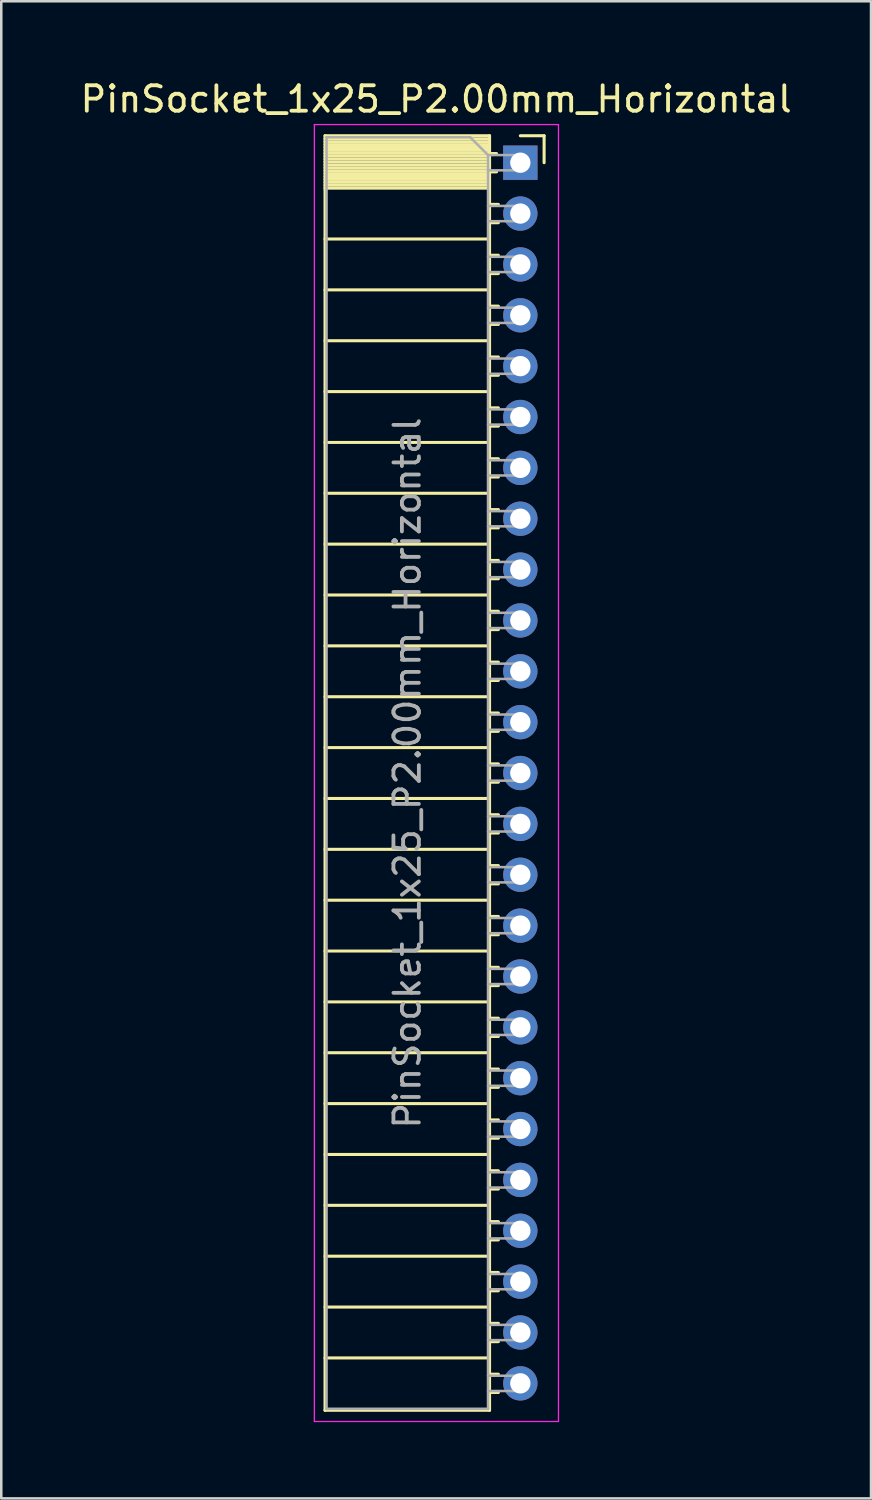
<source format=kicad_pcb>
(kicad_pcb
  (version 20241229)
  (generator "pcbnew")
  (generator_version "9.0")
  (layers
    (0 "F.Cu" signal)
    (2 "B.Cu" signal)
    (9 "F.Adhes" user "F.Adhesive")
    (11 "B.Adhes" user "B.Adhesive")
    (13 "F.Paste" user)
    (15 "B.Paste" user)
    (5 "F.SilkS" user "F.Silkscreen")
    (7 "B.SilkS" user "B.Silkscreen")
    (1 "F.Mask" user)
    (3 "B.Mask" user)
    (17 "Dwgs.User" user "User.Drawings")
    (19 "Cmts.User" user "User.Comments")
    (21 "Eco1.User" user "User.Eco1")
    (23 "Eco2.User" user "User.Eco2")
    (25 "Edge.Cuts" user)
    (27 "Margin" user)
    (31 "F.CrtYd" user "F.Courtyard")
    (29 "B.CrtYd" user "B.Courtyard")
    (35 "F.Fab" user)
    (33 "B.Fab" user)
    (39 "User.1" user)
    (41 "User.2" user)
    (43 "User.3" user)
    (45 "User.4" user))
  (footprint "PinSocket_1x25_P2.00mm_Horizontal"
    (layer "F.Cu")
    (at 17.411 3.348)
    (property "Reference" "PinSocket_1x25_P2.00mm_Horizontal" (at -3.31 -2.5 0) (layer "F.SilkS") (effects (font (size 1 1) (thickness 0.15))))
    (attr through_hole)
    (fp_line (start -7.68 -1.06) (end -7.68 49.06) (stroke (width 0.12) (type solid)) (layer "F.SilkS"))
    (fp_line (start -7.68 -1.06) (end -1.21 -1.06) (stroke (width 0.12) (type solid)) (layer "F.SilkS"))
    (fp_line (start -7.68 -0.94) (end -1.21 -0.94) (stroke (width 0.12) (type solid)) (layer "F.SilkS"))
    (fp_line (start -7.68 -0.826) (end -1.21 -0.826) (stroke (width 0.12) (type solid)) (layer "F.SilkS"))
    (fp_line (start -7.68 -0.712) (end -1.21 -0.712) (stroke (width 0.12) (type solid)) (layer "F.SilkS"))
    (fp_line (start -7.68 -0.598) (end -1.21 -0.598) (stroke (width 0.12) (type solid)) (layer "F.SilkS"))
    (fp_line (start -7.68 -0.484) (end -1.21 -0.484) (stroke (width 0.12) (type solid)) (layer "F.SilkS"))
    (fp_line (start -7.68 -0.369) (end -1.21 -0.369) (stroke (width 0.12) (type solid)) (layer "F.SilkS"))
    (fp_line (start -7.68 -0.255) (end -1.21 -0.255) (stroke (width 0.12) (type solid)) (layer "F.SilkS"))
    (fp_line (start -7.68 -0.141) (end -1.21 -0.141) (stroke (width 0.12) (type solid)) (layer "F.SilkS"))
    (fp_line (start -7.68 -0.027) (end -1.21 -0.027) (stroke (width 0.12) (type solid)) (layer "F.SilkS"))
    (fp_line (start -7.68 0.087) (end -1.21 0.087) (stroke (width 0.12) (type solid)) (layer "F.SilkS"))
    (fp_line (start -7.68 0.201) (end -1.21 0.201) (stroke (width 0.12) (type solid)) (layer "F.SilkS"))
    (fp_line (start -7.68 0.315) (end -1.21 0.315) (stroke (width 0.12) (type solid)) (layer "F.SilkS"))
    (fp_line (start -7.68 0.429) (end -1.21 0.429) (stroke (width 0.12) (type solid)) (layer "F.SilkS"))
    (fp_line (start -7.68 0.544) (end -1.21 0.544) (stroke (width 0.12) (type solid)) (layer "F.SilkS"))
    (fp_line (start -7.68 0.658) (end -1.21 0.658) (stroke (width 0.12) (type solid)) (layer "F.SilkS"))
    (fp_line (start -7.68 0.772) (end -1.21 0.772) (stroke (width 0.12) (type solid)) (layer "F.SilkS"))
    (fp_line (start -7.68 0.886) (end -1.21 0.886) (stroke (width 0.12) (type solid)) (layer "F.SilkS"))
    (fp_line (start -7.68 1) (end -1.21 1) (stroke (width 0.12) (type solid)) (layer "F.SilkS"))
    (fp_line (start -7.68 3) (end -1.21 3) (stroke (width 0.12) (type solid)) (layer "F.SilkS"))
    (fp_line (start -7.68 5) (end -1.21 5) (stroke (width 0.12) (type solid)) (layer "F.SilkS"))
    (fp_line (start -7.68 7) (end -1.21 7) (stroke (width 0.12) (type solid)) (layer "F.SilkS"))
    (fp_line (start -7.68 9) (end -1.21 9) (stroke (width 0.12) (type solid)) (layer "F.SilkS"))
    (fp_line (start -7.68 11) (end -1.21 11) (stroke (width 0.12) (type solid)) (layer "F.SilkS"))
    (fp_line (start -7.68 13) (end -1.21 13) (stroke (width 0.12) (type solid)) (layer "F.SilkS"))
    (fp_line (start -7.68 15) (end -1.21 15) (stroke (width 0.12) (type solid)) (layer "F.SilkS"))
    (fp_line (start -7.68 17) (end -1.21 17) (stroke (width 0.12) (type solid)) (layer "F.SilkS"))
    (fp_line (start -7.68 19) (end -1.21 19) (stroke (width 0.12) (type solid)) (layer "F.SilkS"))
    (fp_line (start -7.68 21) (end -1.21 21) (stroke (width 0.12) (type solid)) (layer "F.SilkS"))
    (fp_line (start -7.68 23) (end -1.21 23) (stroke (width 0.12) (type solid)) (layer "F.SilkS"))
    (fp_line (start -7.68 25) (end -1.21 25) (stroke (width 0.12) (type solid)) (layer "F.SilkS"))
    (fp_line (start -7.68 27) (end -1.21 27) (stroke (width 0.12) (type solid)) (layer "F.SilkS"))
    (fp_line (start -7.68 29) (end -1.21 29) (stroke (width 0.12) (type solid)) (layer "F.SilkS"))
    (fp_line (start -7.68 31) (end -1.21 31) (stroke (width 0.12) (type solid)) (layer "F.SilkS"))
    (fp_line (start -7.68 33) (end -1.21 33) (stroke (width 0.12) (type solid)) (layer "F.SilkS"))
    (fp_line (start -7.68 35) (end -1.21 35) (stroke (width 0.12) (type solid)) (layer "F.SilkS"))
    (fp_line (start -7.68 37) (end -1.21 37) (stroke (width 0.12) (type solid)) (layer "F.SilkS"))
    (fp_line (start -7.68 39) (end -1.21 39) (stroke (width 0.12) (type solid)) (layer "F.SilkS"))
    (fp_line (start -7.68 41) (end -1.21 41) (stroke (width 0.12) (type solid)) (layer "F.SilkS"))
    (fp_line (start -7.68 43) (end -1.21 43) (stroke (width 0.12) (type solid)) (layer "F.SilkS"))
    (fp_line (start -7.68 45) (end -1.21 45) (stroke (width 0.12) (type solid)) (layer "F.SilkS"))
    (fp_line (start -7.68 47) (end -1.21 47) (stroke (width 0.12) (type solid)) (layer "F.SilkS"))
    (fp_line (start -7.68 49.06) (end -1.21 49.06) (stroke (width 0.12) (type solid)) (layer "F.SilkS"))
    (fp_line (start -1.21 -1.06) (end -1.21 49.06) (stroke (width 0.12) (type solid)) (layer "F.SilkS"))
    (fp_line (start -1.21 -0.36) (end -0.935 -0.36) (stroke (width 0.12) (type solid)) (layer "F.SilkS"))
    (fp_line (start -1.21 0.36) (end -0.935 0.36) (stroke (width 0.12) (type solid)) (layer "F.SilkS"))
    (fp_line (start -1.21 1.64) (end -0.863 1.64) (stroke (width 0.12) (type solid)) (layer "F.SilkS"))
    (fp_line (start -1.21 2.36) (end -0.863 2.36) (stroke (width 0.12) (type solid)) (layer "F.SilkS"))
    (fp_line (start -1.21 3.64) (end -0.863 3.64) (stroke (width 0.12) (type solid)) (layer "F.SilkS"))
    (fp_line (start -1.21 4.36) (end -0.863 4.36) (stroke (width 0.12) (type solid)) (layer "F.SilkS"))
    (fp_line (start -1.21 5.64) (end -0.863 5.64) (stroke (width 0.12) (type solid)) (layer "F.SilkS"))
    (fp_line (start -1.21 6.36) (end -0.863 6.36) (stroke (width 0.12) (type solid)) (layer "F.SilkS"))
    (fp_line (start -1.21 7.64) (end -0.863 7.64) (stroke (width 0.12) (type solid)) (layer "F.SilkS"))
    (fp_line (start -1.21 8.36) (end -0.863 8.36) (stroke (width 0.12) (type solid)) (layer "F.SilkS"))
    (fp_line (start -1.21 9.64) (end -0.863 9.64) (stroke (width 0.12) (type solid)) (layer "F.SilkS"))
    (fp_line (start -1.21 10.36) (end -0.863 10.36) (stroke (width 0.12) (type solid)) (layer "F.SilkS"))
    (fp_line (start -1.21 11.64) (end -0.863 11.64) (stroke (width 0.12) (type solid)) (layer "F.SilkS"))
    (fp_line (start -1.21 12.36) (end -0.863 12.36) (stroke (width 0.12) (type solid)) (layer "F.SilkS"))
    (fp_line (start -1.21 13.64) (end -0.863 13.64) (stroke (width 0.12) (type solid)) (layer "F.SilkS"))
    (fp_line (start -1.21 14.36) (end -0.863 14.36) (stroke (width 0.12) (type solid)) (layer "F.SilkS"))
    (fp_line (start -1.21 15.64) (end -0.863 15.64) (stroke (width 0.12) (type solid)) (layer "F.SilkS"))
    (fp_line (start -1.21 16.36) (end -0.863 16.36) (stroke (width 0.12) (type solid)) (layer "F.SilkS"))
    (fp_line (start -1.21 17.64) (end -0.863 17.64) (stroke (width 0.12) (type solid)) (layer "F.SilkS"))
    (fp_line (start -1.21 18.36) (end -0.863 18.36) (stroke (width 0.12) (type solid)) (layer "F.SilkS"))
    (fp_line (start -1.21 19.64) (end -0.863 19.64) (stroke (width 0.12) (type solid)) (layer "F.SilkS"))
    (fp_line (start -1.21 20.36) (end -0.863 20.36) (stroke (width 0.12) (type solid)) (layer "F.SilkS"))
    (fp_line (start -1.21 21.64) (end -0.863 21.64) (stroke (width 0.12) (type solid)) (layer "F.SilkS"))
    (fp_line (start -1.21 22.36) (end -0.863 22.36) (stroke (width 0.12) (type solid)) (layer "F.SilkS"))
    (fp_line (start -1.21 23.64) (end -0.863 23.64) (stroke (width 0.12) (type solid)) (layer "F.SilkS"))
    (fp_line (start -1.21 24.36) (end -0.863 24.36) (stroke (width 0.12) (type solid)) (layer "F.SilkS"))
    (fp_line (start -1.21 25.64) (end -0.863 25.64) (stroke (width 0.12) (type solid)) (layer "F.SilkS"))
    (fp_line (start -1.21 26.36) (end -0.863 26.36) (stroke (width 0.12) (type solid)) (layer "F.SilkS"))
    (fp_line (start -1.21 27.64) (end -0.863 27.64) (stroke (width 0.12) (type solid)) (layer "F.SilkS"))
    (fp_line (start -1.21 28.36) (end -0.863 28.36) (stroke (width 0.12) (type solid)) (layer "F.SilkS"))
    (fp_line (start -1.21 29.64) (end -0.863 29.64) (stroke (width 0.12) (type solid)) (layer "F.SilkS"))
    (fp_line (start -1.21 30.36) (end -0.863 30.36) (stroke (width 0.12) (type solid)) (layer "F.SilkS"))
    (fp_line (start -1.21 31.64) (end -0.863 31.64) (stroke (width 0.12) (type solid)) (layer "F.SilkS"))
    (fp_line (start -1.21 32.36) (end -0.863 32.36) (stroke (width 0.12) (type solid)) (layer "F.SilkS"))
    (fp_line (start -1.21 33.64) (end -0.863 33.64) (stroke (width 0.12) (type solid)) (layer "F.SilkS"))
    (fp_line (start -1.21 34.36) (end -0.863 34.36) (stroke (width 0.12) (type solid)) (layer "F.SilkS"))
    (fp_line (start -1.21 35.64) (end -0.863 35.64) (stroke (width 0.12) (type solid)) (layer "F.SilkS"))
    (fp_line (start -1.21 36.36) (end -0.863 36.36) (stroke (width 0.12) (type solid)) (layer "F.SilkS"))
    (fp_line (start -1.21 37.64) (end -0.863 37.64) (stroke (width 0.12) (type solid)) (layer "F.SilkS"))
    (fp_line (start -1.21 38.36) (end -0.863 38.36) (stroke (width 0.12) (type solid)) (layer "F.SilkS"))
    (fp_line (start -1.21 39.64) (end -0.863 39.64) (stroke (width 0.12) (type solid)) (layer "F.SilkS"))
    (fp_line (start -1.21 40.36) (end -0.863 40.36) (stroke (width 0.12) (type solid)) (layer "F.SilkS"))
    (fp_line (start -1.21 41.64) (end -0.863 41.64) (stroke (width 0.12) (type solid)) (layer "F.SilkS"))
    (fp_line (start -1.21 42.36) (end -0.863 42.36) (stroke (width 0.12) (type solid)) (layer "F.SilkS"))
    (fp_line (start -1.21 43.64) (end -0.863 43.64) (stroke (width 0.12) (type solid)) (layer "F.SilkS"))
    (fp_line (start -1.21 44.36) (end -0.863 44.36) (stroke (width 0.12) (type solid)) (layer "F.SilkS"))
    (fp_line (start -1.21 45.64) (end -0.863 45.64) (stroke (width 0.12) (type solid)) (layer "F.SilkS"))
    (fp_line (start -1.21 46.36) (end -0.863 46.36) (stroke (width 0.12) (type solid)) (layer "F.SilkS"))
    (fp_line (start -1.21 47.64) (end -0.863 47.64) (stroke (width 0.12) (type solid)) (layer "F.SilkS"))
    (fp_line (start -1.21 48.36) (end -0.863 48.36) (stroke (width 0.12) (type solid)) (layer "F.SilkS"))
    (fp_line (start 0 -1.06) (end 0.935 -1.06) (stroke (width 0.12) (type solid)) (layer "F.SilkS"))
    (fp_line (start 0.935 -1.06) (end 0.935 0) (stroke (width 0.12) (type solid)) (layer "F.SilkS"))
    (fp_line (start -8.1 -1.5) (end -8.1 49.5) (stroke (width 0.05) (type solid)) (layer "F.CrtYd"))
    (fp_line (start -8.1 49.5) (end 1.5 49.5) (stroke (width 0.05) (type solid)) (layer "F.CrtYd"))
    (fp_line (start 1.5 -1.5) (end -8.1 -1.5) (stroke (width 0.05) (type solid)) (layer "F.CrtYd"))
    (fp_line (start 1.5 49.5) (end 1.5 -1.5) (stroke (width 0.05) (type solid)) (layer "F.CrtYd"))
    (fp_line (start -7.62 -1) (end -1.97 -1) (stroke (width 0.1) (type solid)) (layer "F.Fab"))
    (fp_line (start -7.62 49) (end -7.62 -1) (stroke (width 0.1) (type solid)) (layer "F.Fab"))
    (fp_line (start -1.97 -1) (end -1.27 -0.3) (stroke (width 0.1) (type solid)) (layer "F.Fab"))
    (fp_line (start -1.27 -0.3) (end -1.27 49) (stroke (width 0.1) (type solid)) (layer "F.Fab"))
    (fp_line (start -1.27 0.3) (end 0 0.3) (stroke (width 0.1) (type solid)) (layer "F.Fab"))
    (fp_line (start -1.27 2.3) (end 0 2.3) (stroke (width 0.1) (type solid)) (layer "F.Fab"))
    (fp_line (start -1.27 4.3) (end 0 4.3) (stroke (width 0.1) (type solid)) (layer "F.Fab"))
    (fp_line (start -1.27 6.3) (end 0 6.3) (stroke (width 0.1) (type solid)) (layer "F.Fab"))
    (fp_line (start -1.27 8.3) (end 0 8.3) (stroke (width 0.1) (type solid)) (layer "F.Fab"))
    (fp_line (start -1.27 10.3) (end 0 10.3) (stroke (width 0.1) (type solid)) (layer "F.Fab"))
    (fp_line (start -1.27 12.3) (end 0 12.3) (stroke (width 0.1) (type solid)) (layer "F.Fab"))
    (fp_line (start -1.27 14.3) (end 0 14.3) (stroke (width 0.1) (type solid)) (layer "F.Fab"))
    (fp_line (start -1.27 16.3) (end 0 16.3) (stroke (width 0.1) (type solid)) (layer "F.Fab"))
    (fp_line (start -1.27 18.3) (end 0 18.3) (stroke (width 0.1) (type solid)) (layer "F.Fab"))
    (fp_line (start -1.27 20.3) (end 0 20.3) (stroke (width 0.1) (type solid)) (layer "F.Fab"))
    (fp_line (start -1.27 22.3) (end 0 22.3) (stroke (width 0.1) (type solid)) (layer "F.Fab"))
    (fp_line (start -1.27 24.3) (end 0 24.3) (stroke (width 0.1) (type solid)) (layer "F.Fab"))
    (fp_line (start -1.27 26.3) (end 0 26.3) (stroke (width 0.1) (type solid)) (layer "F.Fab"))
    (fp_line (start -1.27 28.3) (end 0 28.3) (stroke (width 0.1) (type solid)) (layer "F.Fab"))
    (fp_line (start -1.27 30.3) (end 0 30.3) (stroke (width 0.1) (type solid)) (layer "F.Fab"))
    (fp_line (start -1.27 32.3) (end 0 32.3) (stroke (width 0.1) (type solid)) (layer "F.Fab"))
    (fp_line (start -1.27 34.3) (end 0 34.3) (stroke (width 0.1) (type solid)) (layer "F.Fab"))
    (fp_line (start -1.27 36.3) (end 0 36.3) (stroke (width 0.1) (type solid)) (layer "F.Fab"))
    (fp_line (start -1.27 38.3) (end 0 38.3) (stroke (width 0.1) (type solid)) (layer "F.Fab"))
    (fp_line (start -1.27 40.3) (end 0 40.3) (stroke (width 0.1) (type solid)) (layer "F.Fab"))
    (fp_line (start -1.27 42.3) (end 0 42.3) (stroke (width 0.1) (type solid)) (layer "F.Fab"))
    (fp_line (start -1.27 44.3) (end 0 44.3) (stroke (width 0.1) (type solid)) (layer "F.Fab"))
    (fp_line (start -1.27 46.3) (end 0 46.3) (stroke (width 0.1) (type solid)) (layer "F.Fab"))
    (fp_line (start -1.27 48.3) (end 0 48.3) (stroke (width 0.1) (type solid)) (layer "F.Fab"))
    (fp_line (start -1.27 49) (end -7.62 49) (stroke (width 0.1) (type solid)) (layer "F.Fab"))
    (fp_line (start 0 -0.3) (end -1.27 -0.3) (stroke (width 0.1) (type solid)) (layer "F.Fab"))
    (fp_line (start 0 0.3) (end 0 -0.3) (stroke (width 0.1) (type solid)) (layer "F.Fab"))
    (fp_line (start 0 1.7) (end -1.27 1.7) (stroke (width 0.1) (type solid)) (layer "F.Fab"))
    (fp_line (start 0 2.3) (end 0 1.7) (stroke (width 0.1) (type solid)) (layer "F.Fab"))
    (fp_line (start 0 3.7) (end -1.27 3.7) (stroke (width 0.1) (type solid)) (layer "F.Fab"))
    (fp_line (start 0 4.3) (end 0 3.7) (stroke (width 0.1) (type solid)) (layer "F.Fab"))
    (fp_line (start 0 5.7) (end -1.27 5.7) (stroke (width 0.1) (type solid)) (layer "F.Fab"))
    (fp_line (start 0 6.3) (end 0 5.7) (stroke (width 0.1) (type solid)) (layer "F.Fab"))
    (fp_line (start 0 7.7) (end -1.27 7.7) (stroke (width 0.1) (type solid)) (layer "F.Fab"))
    (fp_line (start 0 8.3) (end 0 7.7) (stroke (width 0.1) (type solid)) (layer "F.Fab"))
    (fp_line (start 0 9.7) (end -1.27 9.7) (stroke (width 0.1) (type solid)) (layer "F.Fab"))
    (fp_line (start 0 10.3) (end 0 9.7) (stroke (width 0.1) (type solid)) (layer "F.Fab"))
    (fp_line (start 0 11.7) (end -1.27 11.7) (stroke (width 0.1) (type solid)) (layer "F.Fab"))
    (fp_line (start 0 12.3) (end 0 11.7) (stroke (width 0.1) (type solid)) (layer "F.Fab"))
    (fp_line (start 0 13.7) (end -1.27 13.7) (stroke (width 0.1) (type solid)) (layer "F.Fab"))
    (fp_line (start 0 14.3) (end 0 13.7) (stroke (width 0.1) (type solid)) (layer "F.Fab"))
    (fp_line (start 0 15.7) (end -1.27 15.7) (stroke (width 0.1) (type solid)) (layer "F.Fab"))
    (fp_line (start 0 16.3) (end 0 15.7) (stroke (width 0.1) (type solid)) (layer "F.Fab"))
    (fp_line (start 0 17.7) (end -1.27 17.7) (stroke (width 0.1) (type solid)) (layer "F.Fab"))
    (fp_line (start 0 18.3) (end 0 17.7) (stroke (width 0.1) (type solid)) (layer "F.Fab"))
    (fp_line (start 0 19.7) (end -1.27 19.7) (stroke (width 0.1) (type solid)) (layer "F.Fab"))
    (fp_line (start 0 20.3) (end 0 19.7) (stroke (width 0.1) (type solid)) (layer "F.Fab"))
    (fp_line (start 0 21.7) (end -1.27 21.7) (stroke (width 0.1) (type solid)) (layer "F.Fab"))
    (fp_line (start 0 22.3) (end 0 21.7) (stroke (width 0.1) (type solid)) (layer "F.Fab"))
    (fp_line (start 0 23.7) (end -1.27 23.7) (stroke (width 0.1) (type solid)) (layer "F.Fab"))
    (fp_line (start 0 24.3) (end 0 23.7) (stroke (width 0.1) (type solid)) (layer "F.Fab"))
    (fp_line (start 0 25.7) (end -1.27 25.7) (stroke (width 0.1) (type solid)) (layer "F.Fab"))
    (fp_line (start 0 26.3) (end 0 25.7) (stroke (width 0.1) (type solid)) (layer "F.Fab"))
    (fp_line (start 0 27.7) (end -1.27 27.7) (stroke (width 0.1) (type solid)) (layer "F.Fab"))
    (fp_line (start 0 28.3) (end 0 27.7) (stroke (width 0.1) (type solid)) (layer "F.Fab"))
    (fp_line (start 0 29.7) (end -1.27 29.7) (stroke (width 0.1) (type solid)) (layer "F.Fab"))
    (fp_line (start 0 30.3) (end 0 29.7) (stroke (width 0.1) (type solid)) (layer "F.Fab"))
    (fp_line (start 0 31.7) (end -1.27 31.7) (stroke (width 0.1) (type solid)) (layer "F.Fab"))
    (fp_line (start 0 32.3) (end 0 31.7) (stroke (width 0.1) (type solid)) (layer "F.Fab"))
    (fp_line (start 0 33.7) (end -1.27 33.7) (stroke (width 0.1) (type solid)) (layer "F.Fab"))
    (fp_line (start 0 34.3) (end 0 33.7) (stroke (width 0.1) (type solid)) (layer "F.Fab"))
    (fp_line (start 0 35.7) (end -1.27 35.7) (stroke (width 0.1) (type solid)) (layer "F.Fab"))
    (fp_line (start 0 36.3) (end 0 35.7) (stroke (width 0.1) (type solid)) (layer "F.Fab"))
    (fp_line (start 0 37.7) (end -1.27 37.7) (stroke (width 0.1) (type solid)) (layer "F.Fab"))
    (fp_line (start 0 38.3) (end 0 37.7) (stroke (width 0.1) (type solid)) (layer "F.Fab"))
    (fp_line (start 0 39.7) (end -1.27 39.7) (stroke (width 0.1) (type solid)) (layer "F.Fab"))
    (fp_line (start 0 40.3) (end 0 39.7) (stroke (width 0.1) (type solid)) (layer "F.Fab"))
    (fp_line (start 0 41.7) (end -1.27 41.7) (stroke (width 0.1) (type solid)) (layer "F.Fab"))
    (fp_line (start 0 42.3) (end 0 41.7) (stroke (width 0.1) (type solid)) (layer "F.Fab"))
    (fp_line (start 0 43.7) (end -1.27 43.7) (stroke (width 0.1) (type solid)) (layer "F.Fab"))
    (fp_line (start 0 44.3) (end 0 43.7) (stroke (width 0.1) (type solid)) (layer "F.Fab"))
    (fp_line (start 0 45.7) (end -1.27 45.7) (stroke (width 0.1) (type solid)) (layer "F.Fab"))
    (fp_line (start 0 46.3) (end 0 45.7) (stroke (width 0.1) (type solid)) (layer "F.Fab"))
    (fp_line (start 0 47.7) (end -1.27 47.7) (stroke (width 0.1) (type solid)) (layer "F.Fab"))
    (fp_line (start 0 48.3) (end 0 47.7) (stroke (width 0.1) (type solid)) (layer "F.Fab"))
    (fp_text user "${REFERENCE}" (at -4.445 24 90) (layer "F.Fab") (effects (font (size 1 1) (thickness 0.15))))
    (pad "1" thru_hole rect (at 0 0) (size 1.35 1.35) (drill 0.8) (layers "*.Cu" "*.Mask"))
    (pad "2" thru_hole circle (at 0 2) (size 1.35 1.35) (drill 0.8) (layers "*.Cu" "*.Mask"))
    (pad "3" thru_hole circle (at 0 4) (size 1.35 1.35) (drill 0.8) (layers "*.Cu" "*.Mask"))
    (pad "4" thru_hole circle (at 0 6) (size 1.35 1.35) (drill 0.8) (layers "*.Cu" "*.Mask"))
    (pad "5" thru_hole circle (at 0 8) (size 1.35 1.35) (drill 0.8) (layers "*.Cu" "*.Mask"))
    (pad "6" thru_hole circle (at 0 10) (size 1.35 1.35) (drill 0.8) (layers "*.Cu" "*.Mask"))
    (pad "7" thru_hole circle (at 0 12) (size 1.35 1.35) (drill 0.8) (layers "*.Cu" "*.Mask"))
    (pad "8" thru_hole circle (at 0 14) (size 1.35 1.35) (drill 0.8) (layers "*.Cu" "*.Mask"))
    (pad "9" thru_hole circle (at 0 16) (size 1.35 1.35) (drill 0.8) (layers "*.Cu" "*.Mask"))
    (pad "10" thru_hole circle (at 0 18) (size 1.35 1.35) (drill 0.8) (layers "*.Cu" "*.Mask"))
    (pad "11" thru_hole circle (at 0 20) (size 1.35 1.35) (drill 0.8) (layers "*.Cu" "*.Mask"))
    (pad "12" thru_hole circle (at 0 22) (size 1.35 1.35) (drill 0.8) (layers "*.Cu" "*.Mask"))
    (pad "13" thru_hole circle (at 0 24) (size 1.35 1.35) (drill 0.8) (layers "*.Cu" "*.Mask"))
    (pad "14" thru_hole circle (at 0 26) (size 1.35 1.35) (drill 0.8) (layers "*.Cu" "*.Mask"))
    (pad "15" thru_hole circle (at 0 28) (size 1.35 1.35) (drill 0.8) (layers "*.Cu" "*.Mask"))
    (pad "16" thru_hole circle (at 0 30) (size 1.35 1.35) (drill 0.8) (layers "*.Cu" "*.Mask"))
    (pad "17" thru_hole circle (at 0 32) (size 1.35 1.35) (drill 0.8) (layers "*.Cu" "*.Mask"))
    (pad "18" thru_hole circle (at 0 34) (size 1.35 1.35) (drill 0.8) (layers "*.Cu" "*.Mask"))
    (pad "19" thru_hole circle (at 0 36) (size 1.35 1.35) (drill 0.8) (layers "*.Cu" "*.Mask"))
    (pad "20" thru_hole circle (at 0 38) (size 1.35 1.35) (drill 0.8) (layers "*.Cu" "*.Mask"))
    (pad "21" thru_hole circle (at 0 40) (size 1.35 1.35) (drill 0.8) (layers "*.Cu" "*.Mask"))
    (pad "22" thru_hole circle (at 0 42) (size 1.35 1.35) (drill 0.8) (layers "*.Cu" "*.Mask"))
    (pad "23" thru_hole circle (at 0 44) (size 1.35 1.35) (drill 0.8) (layers "*.Cu" "*.Mask"))
    (pad "24" thru_hole circle (at 0 46) (size 1.35 1.35) (drill 0.8) (layers "*.Cu" "*.Mask"))
    (pad "25" thru_hole circle (at 0 48) (size 1.35 1.35) (drill 0.8) (layers "*.Cu" "*.Mask")))
  (gr_rect
    (start -3 -3)
    (end 31.202 55.873)
    (stroke (width 0.1) (type default))
    (fill no)
    (layer "Edge.Cuts")))
</source>
